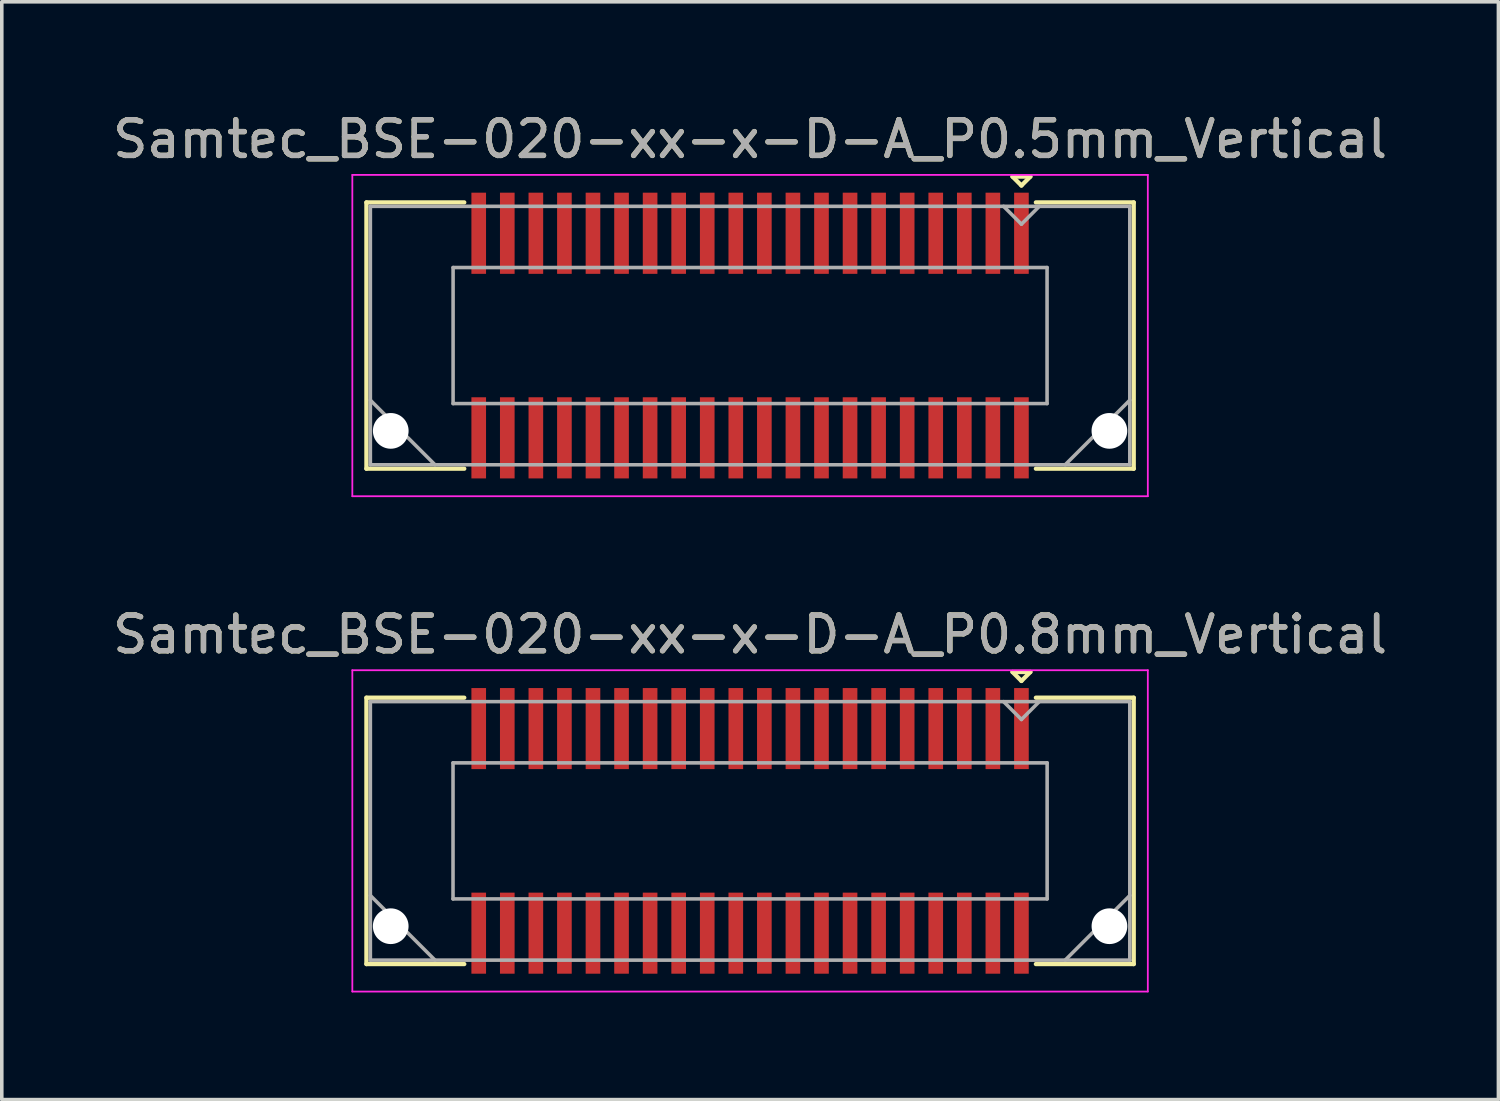
<source format=kicad_pcb>
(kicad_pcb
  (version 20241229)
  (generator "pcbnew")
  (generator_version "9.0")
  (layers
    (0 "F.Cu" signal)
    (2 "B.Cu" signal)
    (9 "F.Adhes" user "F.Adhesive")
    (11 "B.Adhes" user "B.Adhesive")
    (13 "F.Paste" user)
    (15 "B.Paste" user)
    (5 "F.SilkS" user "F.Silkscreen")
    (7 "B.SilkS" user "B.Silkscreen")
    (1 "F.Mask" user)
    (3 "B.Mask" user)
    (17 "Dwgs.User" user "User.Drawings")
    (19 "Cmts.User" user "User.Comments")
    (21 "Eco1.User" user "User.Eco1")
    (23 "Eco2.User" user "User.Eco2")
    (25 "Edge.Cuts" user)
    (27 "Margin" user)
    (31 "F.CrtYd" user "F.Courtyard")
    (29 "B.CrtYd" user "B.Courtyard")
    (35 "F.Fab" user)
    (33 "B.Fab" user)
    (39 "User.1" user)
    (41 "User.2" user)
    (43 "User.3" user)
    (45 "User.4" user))
  (footprint "Samtec_BSE-020-xx-x-D-A_P0.5mm_Vertical"
    (layer "F.Cu")
    (at 17.958 6.348)
    (property "Reference" "Samtec_BSE-020-xx-x-D-A_P0.5mm_Vertical" (at 0 -5.5 0) (layer "F.SilkS") (effects (font (size 1 1) (thickness 0.15))))
    (attr smd)
    (fp_line (start -10.745 -3.729) (end -8.005 -3.729) (stroke (width 0.12) (type solid)) (layer "F.SilkS"))
    (fp_line (start -10.745 3.729) (end -10.745 -3.729) (stroke (width 0.12) (type solid)) (layer "F.SilkS"))
    (fp_line (start -8.005 3.729) (end -10.745 3.729) (stroke (width 0.12) (type solid)) (layer "F.SilkS"))
    (fp_line (start 7.35 -4.452) (end 7.85 -4.452) (stroke (width 0.12) (type solid)) (layer "F.SilkS"))
    (fp_line (start 7.6 -4.202) (end 7.35 -4.452) (stroke (width 0.12) (type solid)) (layer "F.SilkS"))
    (fp_line (start 7.85 -4.452) (end 7.6 -4.202) (stroke (width 0.12) (type solid)) (layer "F.SilkS"))
    (fp_line (start 8.005 3.729) (end 10.745 3.729) (stroke (width 0.12) (type solid)) (layer "F.SilkS"))
    (fp_line (start 10.745 -3.729) (end 8.005 -3.729) (stroke (width 0.12) (type solid)) (layer "F.SilkS"))
    (fp_line (start 10.745 3.729) (end 10.745 -3.729) (stroke (width 0.12) (type solid)) (layer "F.SilkS"))
    (fp_line (start -11.14 -4.5) (end -11.14 4.5) (stroke (width 0.05) (type solid)) (layer "F.CrtYd"))
    (fp_line (start -11.14 4.5) (end 11.14 4.5) (stroke (width 0.05) (type solid)) (layer "F.CrtYd"))
    (fp_line (start 11.14 -4.5) (end -11.14 -4.5) (stroke (width 0.05) (type solid)) (layer "F.CrtYd"))
    (fp_line (start 11.14 4.5) (end 11.14 -4.5) (stroke (width 0.05) (type solid)) (layer "F.CrtYd"))
    (fp_line (start -10.635 -3.619) (end -10.635 3.619) (stroke (width 0.1) (type solid)) (layer "F.Fab"))
    (fp_line (start -10.635 1.81) (end -8.825 3.619) (stroke (width 0.1) (type solid)) (layer "F.Fab"))
    (fp_line (start -10.635 3.619) (end 10.635 3.619) (stroke (width 0.1) (type solid)) (layer "F.Fab"))
    (fp_line (start -8.318 -1.905) (end -8.318 1.905) (stroke (width 0.1) (type solid)) (layer "F.Fab"))
    (fp_line (start -8.318 1.905) (end 8.318 1.905) (stroke (width 0.1) (type solid)) (layer "F.Fab"))
    (fp_line (start 7.6 -3.119) (end 7.1 -3.619) (stroke (width 0.1) (type solid)) (layer "F.Fab"))
    (fp_line (start 8.1 -3.619) (end 7.6 -3.119) (stroke (width 0.1) (type solid)) (layer "F.Fab"))
    (fp_line (start 8.318 -1.905) (end -8.318 -1.905) (stroke (width 0.1) (type solid)) (layer "F.Fab"))
    (fp_line (start 8.318 1.905) (end 8.318 -1.905) (stroke (width 0.1) (type solid)) (layer "F.Fab"))
    (fp_line (start 10.635 -3.619) (end -10.635 -3.619) (stroke (width 0.1) (type solid)) (layer "F.Fab"))
    (fp_line (start 10.635 1.81) (end 8.825 3.619) (stroke (width 0.1) (type solid)) (layer "F.Fab"))
    (fp_line (start 10.635 3.619) (end 10.635 -3.619) (stroke (width 0.1) (type solid)) (layer "F.Fab"))
    (fp_text user "${REFERENCE}" (at 0 -5.5 0) (layer "F.Fab") (effects (font (size 1 1) (thickness 0.15))))
    (pad "" np_thru_hole circle (at -10.064 2.67) (size 1 1) (drill 1) (layers "*.Cu" "*.Mask"))
    (pad "" np_thru_hole circle (at 10.064 2.67) (size 1 1) (drill 1) (layers "*.Cu" "*.Mask"))
    (pad "1" smd rect (at 7.6 -2.865) (size 0.41 2.273) (layers "F.Cu" "F.Mask" "F.Paste"))
    (pad "2" smd rect (at 7.6 2.865) (size 0.41 2.273) (layers "F.Cu" "F.Mask" "F.Paste"))
    (pad "3" smd rect (at 6.8 -2.865) (size 0.41 2.273) (layers "F.Cu" "F.Mask" "F.Paste"))
    (pad "4" smd rect (at 6.8 2.865) (size 0.41 2.273) (layers "F.Cu" "F.Mask" "F.Paste"))
    (pad "5" smd rect (at 6 -2.865) (size 0.41 2.273) (layers "F.Cu" "F.Mask" "F.Paste"))
    (pad "6" smd rect (at 6 2.865) (size 0.41 2.273) (layers "F.Cu" "F.Mask" "F.Paste"))
    (pad "7" smd rect (at 5.2 -2.865) (size 0.41 2.273) (layers "F.Cu" "F.Mask" "F.Paste"))
    (pad "8" smd rect (at 5.2 2.865) (size 0.41 2.273) (layers "F.Cu" "F.Mask" "F.Paste"))
    (pad "9" smd rect (at 4.4 -2.865) (size 0.41 2.273) (layers "F.Cu" "F.Mask" "F.Paste"))
    (pad "10" smd rect (at 4.4 2.865) (size 0.41 2.273) (layers "F.Cu" "F.Mask" "F.Paste"))
    (pad "11" smd rect (at 3.6 -2.865) (size 0.41 2.273) (layers "F.Cu" "F.Mask" "F.Paste"))
    (pad "12" smd rect (at 3.6 2.865) (size 0.41 2.273) (layers "F.Cu" "F.Mask" "F.Paste"))
    (pad "13" smd rect (at 2.8 -2.865) (size 0.41 2.273) (layers "F.Cu" "F.Mask" "F.Paste"))
    (pad "14" smd rect (at 2.8 2.865) (size 0.41 2.273) (layers "F.Cu" "F.Mask" "F.Paste"))
    (pad "15" smd rect (at 2 -2.865) (size 0.41 2.273) (layers "F.Cu" "F.Mask" "F.Paste"))
    (pad "16" smd rect (at 2 2.865) (size 0.41 2.273) (layers "F.Cu" "F.Mask" "F.Paste"))
    (pad "17" smd rect (at 1.2 -2.865) (size 0.41 2.273) (layers "F.Cu" "F.Mask" "F.Paste"))
    (pad "18" smd rect (at 1.2 2.865) (size 0.41 2.273) (layers "F.Cu" "F.Mask" "F.Paste"))
    (pad "19" smd rect (at 0.4 -2.865) (size 0.41 2.273) (layers "F.Cu" "F.Mask" "F.Paste"))
    (pad "20" smd rect (at 0.4 2.865) (size 0.41 2.273) (layers "F.Cu" "F.Mask" "F.Paste"))
    (pad "21" smd rect (at -0.4 -2.865) (size 0.41 2.273) (layers "F.Cu" "F.Mask" "F.Paste"))
    (pad "22" smd rect (at -0.4 2.865) (size 0.41 2.273) (layers "F.Cu" "F.Mask" "F.Paste"))
    (pad "23" smd rect (at -1.2 -2.865) (size 0.41 2.273) (layers "F.Cu" "F.Mask" "F.Paste"))
    (pad "24" smd rect (at -1.2 2.865) (size 0.41 2.273) (layers "F.Cu" "F.Mask" "F.Paste"))
    (pad "25" smd rect (at -2 -2.865) (size 0.41 2.273) (layers "F.Cu" "F.Mask" "F.Paste"))
    (pad "26" smd rect (at -2 2.865) (size 0.41 2.273) (layers "F.Cu" "F.Mask" "F.Paste"))
    (pad "27" smd rect (at -2.8 -2.865) (size 0.41 2.273) (layers "F.Cu" "F.Mask" "F.Paste"))
    (pad "28" smd rect (at -2.8 2.865) (size 0.41 2.273) (layers "F.Cu" "F.Mask" "F.Paste"))
    (pad "29" smd rect (at -3.6 -2.865) (size 0.41 2.273) (layers "F.Cu" "F.Mask" "F.Paste"))
    (pad "30" smd rect (at -3.6 2.865) (size 0.41 2.273) (layers "F.Cu" "F.Mask" "F.Paste"))
    (pad "31" smd rect (at -4.4 -2.865) (size 0.41 2.273) (layers "F.Cu" "F.Mask" "F.Paste"))
    (pad "32" smd rect (at -4.4 2.865) (size 0.41 2.273) (layers "F.Cu" "F.Mask" "F.Paste"))
    (pad "33" smd rect (at -5.2 -2.865) (size 0.41 2.273) (layers "F.Cu" "F.Mask" "F.Paste"))
    (pad "34" smd rect (at -5.2 2.865) (size 0.41 2.273) (layers "F.Cu" "F.Mask" "F.Paste"))
    (pad "35" smd rect (at -6 -2.865) (size 0.41 2.273) (layers "F.Cu" "F.Mask" "F.Paste"))
    (pad "36" smd rect (at -6 2.865) (size 0.41 2.273) (layers "F.Cu" "F.Mask" "F.Paste"))
    (pad "37" smd rect (at -6.8 -2.865) (size 0.41 2.273) (layers "F.Cu" "F.Mask" "F.Paste"))
    (pad "38" smd rect (at -6.8 2.865) (size 0.41 2.273) (layers "F.Cu" "F.Mask" "F.Paste"))
    (pad "39" smd rect (at -7.6 -2.865) (size 0.41 2.273) (layers "F.Cu" "F.Mask" "F.Paste"))
    (pad "40" smd rect (at -7.6 2.865) (size 0.41 2.273) (layers "F.Cu" "F.Mask" "F.Paste")))
  (footprint "Samtec_BSE-020-xx-x-D-A_P0.8mm_Vertical"
    (layer "F.Cu")
    (at 17.958 20.221)
    (property "Reference" "Samtec_BSE-020-xx-x-D-A_P0.8mm_Vertical" (at 0 -5.5 0) (layer "F.SilkS") (effects (font (size 1 1) (thickness 0.15))))
    (attr smd)
    (fp_line (start -10.745 -3.73) (end -8.005 -3.73) (stroke (width 0.12) (type solid)) (layer "F.SilkS"))
    (fp_line (start -10.745 3.73) (end -10.745 -3.73) (stroke (width 0.12) (type solid)) (layer "F.SilkS"))
    (fp_line (start -8.005 3.73) (end -10.745 3.73) (stroke (width 0.12) (type solid)) (layer "F.SilkS"))
    (fp_line (start 7.35 -4.45) (end 7.85 -4.45) (stroke (width 0.12) (type solid)) (layer "F.SilkS"))
    (fp_line (start 7.6 -4.2) (end 7.35 -4.45) (stroke (width 0.12) (type solid)) (layer "F.SilkS"))
    (fp_line (start 7.85 -4.45) (end 7.6 -4.2) (stroke (width 0.12) (type solid)) (layer "F.SilkS"))
    (fp_line (start 8.005 3.73) (end 10.745 3.73) (stroke (width 0.12) (type solid)) (layer "F.SilkS"))
    (fp_line (start 10.745 -3.73) (end 8.005 -3.73) (stroke (width 0.12) (type solid)) (layer "F.SilkS"))
    (fp_line (start 10.745 3.73) (end 10.745 -3.73) (stroke (width 0.12) (type solid)) (layer "F.SilkS"))
    (fp_line (start -11.14 -4.5) (end -11.14 4.5) (stroke (width 0.05) (type solid)) (layer "F.CrtYd"))
    (fp_line (start -11.14 4.5) (end 11.14 4.5) (stroke (width 0.05) (type solid)) (layer "F.CrtYd"))
    (fp_line (start 11.14 -4.5) (end -11.14 -4.5) (stroke (width 0.05) (type solid)) (layer "F.CrtYd"))
    (fp_line (start 11.14 4.5) (end 11.14 -4.5) (stroke (width 0.05) (type solid)) (layer "F.CrtYd"))
    (fp_line (start -10.635 -3.62) (end -10.635 3.62) (stroke (width 0.1) (type solid)) (layer "F.Fab"))
    (fp_line (start -10.635 1.81) (end -8.825 3.62) (stroke (width 0.1) (type solid)) (layer "F.Fab"))
    (fp_line (start -10.635 3.62) (end 10.635 3.62) (stroke (width 0.1) (type solid)) (layer "F.Fab"))
    (fp_line (start -8.32 -1.905) (end -8.32 1.905) (stroke (width 0.1) (type solid)) (layer "F.Fab"))
    (fp_line (start -8.32 1.905) (end 8.32 1.905) (stroke (width 0.1) (type solid)) (layer "F.Fab"))
    (fp_line (start 7.6 -3.12) (end 7.1 -3.62) (stroke (width 0.1) (type solid)) (layer "F.Fab"))
    (fp_line (start 8.1 -3.62) (end 7.6 -3.12) (stroke (width 0.1) (type solid)) (layer "F.Fab"))
    (fp_line (start 8.32 -1.905) (end -8.32 -1.905) (stroke (width 0.1) (type solid)) (layer "F.Fab"))
    (fp_line (start 8.32 1.905) (end 8.32 -1.905) (stroke (width 0.1) (type solid)) (layer "F.Fab"))
    (fp_line (start 10.635 -3.62) (end -10.635 -3.62) (stroke (width 0.1) (type solid)) (layer "F.Fab"))
    (fp_line (start 10.635 1.81) (end 8.825 3.62) (stroke (width 0.1) (type solid)) (layer "F.Fab"))
    (fp_line (start 10.635 3.62) (end 10.635 -3.62) (stroke (width 0.1) (type solid)) (layer "F.Fab"))
    (fp_text user "${REFERENCE}" (at 0 -5.5 0) (layer "F.Fab") (effects (font (size 1 1) (thickness 0.15))))
    (pad "" np_thru_hole circle (at -10.065 2.67) (size 1 1) (drill 1) (layers "*.Cu" "*.Mask"))
    (pad "" np_thru_hole circle (at 10.065 2.67) (size 1 1) (drill 1) (layers "*.Cu" "*.Mask"))
    (pad "1" smd rect (at 7.6 -2.865) (size 0.41 2.27) (layers "F.Cu" "F.Mask" "F.Paste"))
    (pad "2" smd rect (at 7.6 2.865) (size 0.41 2.27) (layers "F.Cu" "F.Mask" "F.Paste"))
    (pad "3" smd rect (at 6.8 -2.865) (size 0.41 2.27) (layers "F.Cu" "F.Mask" "F.Paste"))
    (pad "4" smd rect (at 6.8 2.865) (size 0.41 2.27) (layers "F.Cu" "F.Mask" "F.Paste"))
    (pad "5" smd rect (at 6 -2.865) (size 0.41 2.27) (layers "F.Cu" "F.Mask" "F.Paste"))
    (pad "6" smd rect (at 6 2.865) (size 0.41 2.27) (layers "F.Cu" "F.Mask" "F.Paste"))
    (pad "7" smd rect (at 5.2 -2.865) (size 0.41 2.27) (layers "F.Cu" "F.Mask" "F.Paste"))
    (pad "8" smd rect (at 5.2 2.865) (size 0.41 2.27) (layers "F.Cu" "F.Mask" "F.Paste"))
    (pad "9" smd rect (at 4.4 -2.865) (size 0.41 2.27) (layers "F.Cu" "F.Mask" "F.Paste"))
    (pad "10" smd rect (at 4.4 2.865) (size 0.41 2.27) (layers "F.Cu" "F.Mask" "F.Paste"))
    (pad "11" smd rect (at 3.6 -2.865) (size 0.41 2.27) (layers "F.Cu" "F.Mask" "F.Paste"))
    (pad "12" smd rect (at 3.6 2.865) (size 0.41 2.27) (layers "F.Cu" "F.Mask" "F.Paste"))
    (pad "13" smd rect (at 2.8 -2.865) (size 0.41 2.27) (layers "F.Cu" "F.Mask" "F.Paste"))
    (pad "14" smd rect (at 2.8 2.865) (size 0.41 2.27) (layers "F.Cu" "F.Mask" "F.Paste"))
    (pad "15" smd rect (at 2 -2.865) (size 0.41 2.27) (layers "F.Cu" "F.Mask" "F.Paste"))
    (pad "16" smd rect (at 2 2.865) (size 0.41 2.27) (layers "F.Cu" "F.Mask" "F.Paste"))
    (pad "17" smd rect (at 1.2 -2.865) (size 0.41 2.27) (layers "F.Cu" "F.Mask" "F.Paste"))
    (pad "18" smd rect (at 1.2 2.865) (size 0.41 2.27) (layers "F.Cu" "F.Mask" "F.Paste"))
    (pad "19" smd rect (at 0.4 -2.865) (size 0.41 2.27) (layers "F.Cu" "F.Mask" "F.Paste"))
    (pad "20" smd rect (at 0.4 2.865) (size 0.41 2.27) (layers "F.Cu" "F.Mask" "F.Paste"))
    (pad "21" smd rect (at -0.4 -2.865) (size 0.41 2.27) (layers "F.Cu" "F.Mask" "F.Paste"))
    (pad "22" smd rect (at -0.4 2.865) (size 0.41 2.27) (layers "F.Cu" "F.Mask" "F.Paste"))
    (pad "23" smd rect (at -1.2 -2.865) (size 0.41 2.27) (layers "F.Cu" "F.Mask" "F.Paste"))
    (pad "24" smd rect (at -1.2 2.865) (size 0.41 2.27) (layers "F.Cu" "F.Mask" "F.Paste"))
    (pad "25" smd rect (at -2 -2.865) (size 0.41 2.27) (layers "F.Cu" "F.Mask" "F.Paste"))
    (pad "26" smd rect (at -2 2.865) (size 0.41 2.27) (layers "F.Cu" "F.Mask" "F.Paste"))
    (pad "27" smd rect (at -2.8 -2.865) (size 0.41 2.27) (layers "F.Cu" "F.Mask" "F.Paste"))
    (pad "28" smd rect (at -2.8 2.865) (size 0.41 2.27) (layers "F.Cu" "F.Mask" "F.Paste"))
    (pad "29" smd rect (at -3.6 -2.865) (size 0.41 2.27) (layers "F.Cu" "F.Mask" "F.Paste"))
    (pad "30" smd rect (at -3.6 2.865) (size 0.41 2.27) (layers "F.Cu" "F.Mask" "F.Paste"))
    (pad "31" smd rect (at -4.4 -2.865) (size 0.41 2.27) (layers "F.Cu" "F.Mask" "F.Paste"))
    (pad "32" smd rect (at -4.4 2.865) (size 0.41 2.27) (layers "F.Cu" "F.Mask" "F.Paste"))
    (pad "33" smd rect (at -5.2 -2.865) (size 0.41 2.27) (layers "F.Cu" "F.Mask" "F.Paste"))
    (pad "34" smd rect (at -5.2 2.865) (size 0.41 2.27) (layers "F.Cu" "F.Mask" "F.Paste"))
    (pad "35" smd rect (at -6 -2.865) (size 0.41 2.27) (layers "F.Cu" "F.Mask" "F.Paste"))
    (pad "36" smd rect (at -6 2.865) (size 0.41 2.27) (layers "F.Cu" "F.Mask" "F.Paste"))
    (pad "37" smd rect (at -6.8 -2.865) (size 0.41 2.27) (layers "F.Cu" "F.Mask" "F.Paste"))
    (pad "38" smd rect (at -6.8 2.865) (size 0.41 2.27) (layers "F.Cu" "F.Mask" "F.Paste"))
    (pad "39" smd rect (at -7.6 -2.865) (size 0.41 2.27) (layers "F.Cu" "F.Mask" "F.Paste"))
    (pad "40" smd rect (at -7.6 2.865) (size 0.41 2.27) (layers "F.Cu" "F.Mask" "F.Paste")))
  (gr_rect
    (start -3 -3)
    (end 38.917 27.747)
    (stroke (width 0.1) (type default))
    (fill no)
    (layer "Edge.Cuts")))
</source>
